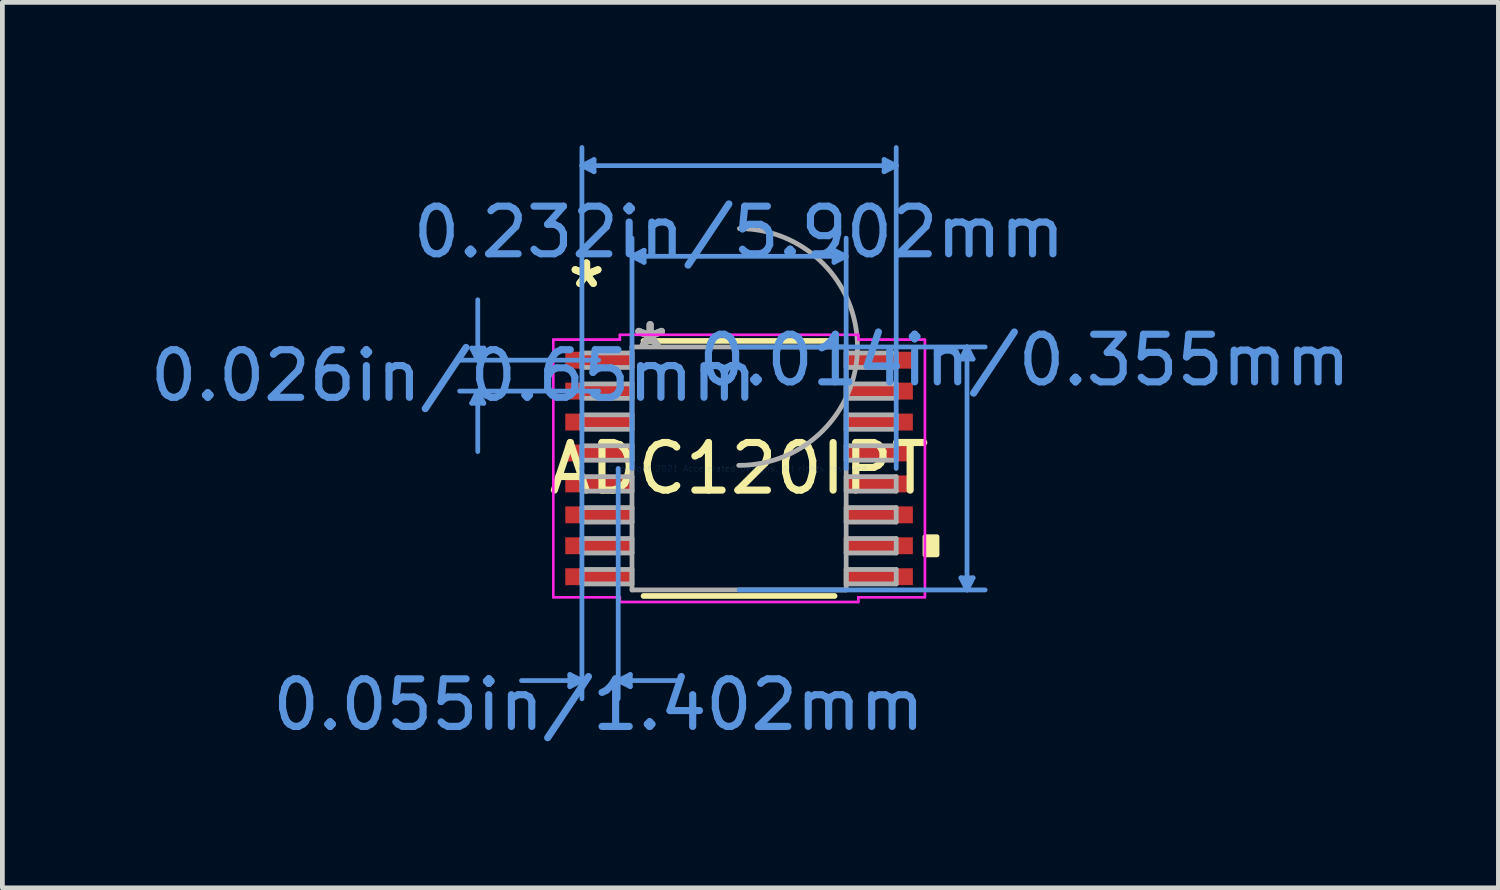
<source format=kicad_pcb>
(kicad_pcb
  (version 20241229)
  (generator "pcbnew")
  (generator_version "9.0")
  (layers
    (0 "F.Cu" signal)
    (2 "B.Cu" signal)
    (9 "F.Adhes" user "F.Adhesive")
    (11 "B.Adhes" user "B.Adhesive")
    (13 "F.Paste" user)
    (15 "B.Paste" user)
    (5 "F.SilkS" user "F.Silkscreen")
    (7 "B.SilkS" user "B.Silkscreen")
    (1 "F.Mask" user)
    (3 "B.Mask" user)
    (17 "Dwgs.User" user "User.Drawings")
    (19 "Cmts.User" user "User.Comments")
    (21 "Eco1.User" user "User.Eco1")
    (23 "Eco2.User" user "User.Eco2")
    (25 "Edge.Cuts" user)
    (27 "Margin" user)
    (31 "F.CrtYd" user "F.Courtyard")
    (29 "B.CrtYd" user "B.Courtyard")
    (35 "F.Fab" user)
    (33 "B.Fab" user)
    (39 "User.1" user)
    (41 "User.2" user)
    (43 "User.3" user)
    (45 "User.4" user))
  (footprint "ADC120IPT"
    (layer "F.Cu")
    (at 12.481 6.794)
    (property "Reference" "ADC120IPT" (at 0 0 0) (layer "F.SilkS") (effects (font (size 1 1) (thickness 0.15))))
    (attr through_hole)
    (fp_line (start -2.007 2.68) (end 2.007 2.68) (stroke (width 0.12) (type solid)) (layer "F.SilkS"))
    (fp_line (start 2.007 -2.68) (end -2.007 -2.68) (stroke (width 0.12) (type solid)) (layer "F.SilkS"))
    (fp_poly (pts (xy 4.16 1.435) (xy 4.16 1.816) (xy 3.906 1.816) (xy 3.906 1.435)) (stroke (width 0.1) (type solid)) (fill yes) (layer "F.SilkS"))
    (fp_line (start -5.618 -2.529) (end -5.364 -2.529) (stroke (width 0.1) (type solid)) (layer "Cmts.User"))
    (fp_line (start -5.618 -1.371) (end -5.364 -1.371) (stroke (width 0.1) (type solid)) (layer "Cmts.User"))
    (fp_line (start -5.491 -2.275) (end -5.618 -2.529) (stroke (width 0.1) (type solid)) (layer "Cmts.User"))
    (fp_line (start -5.491 -2.275) (end -5.491 -3.545) (stroke (width 0.1) (type solid)) (layer "Cmts.User"))
    (fp_line (start -5.491 -2.275) (end -5.364 -2.529) (stroke (width 0.1) (type solid)) (layer "Cmts.User"))
    (fp_line (start -5.491 -1.625) (end -5.618 -1.371) (stroke (width 0.1) (type solid)) (layer "Cmts.User"))
    (fp_line (start -5.491 -1.625) (end -5.491 -0.355) (stroke (width 0.1) (type solid)) (layer "Cmts.User"))
    (fp_line (start -5.491 -1.625) (end -5.364 -1.371) (stroke (width 0.1) (type solid)) (layer "Cmts.User"))
    (fp_line (start -3.556 4.331) (end -3.556 4.585) (stroke (width 0.1) (type solid)) (layer "Cmts.User"))
    (fp_line (start -3.302 -6.363) (end -3.048 -6.49) (stroke (width 0.1) (type solid)) (layer "Cmts.User"))
    (fp_line (start -3.302 -6.363) (end -3.048 -6.236) (stroke (width 0.1) (type solid)) (layer "Cmts.User"))
    (fp_line (start -3.302 -6.363) (end 3.302 -6.363) (stroke (width 0.1) (type solid)) (layer "Cmts.User"))
    (fp_line (start -3.302 0) (end -3.302 -6.744) (stroke (width 0.1) (type solid)) (layer "Cmts.User"))
    (fp_line (start -3.302 0) (end -3.302 4.839) (stroke (width 0.1) (type solid)) (layer "Cmts.User"))
    (fp_line (start -3.302 4.458) (end -4.572 4.458) (stroke (width 0.1) (type solid)) (layer "Cmts.User"))
    (fp_line (start -3.302 4.458) (end -3.556 4.331) (stroke (width 0.1) (type solid)) (layer "Cmts.User"))
    (fp_line (start -3.302 4.458) (end -3.556 4.585) (stroke (width 0.1) (type solid)) (layer "Cmts.User"))
    (fp_line (start -3.048 -6.49) (end -3.048 -6.236) (stroke (width 0.1) (type solid)) (layer "Cmts.User"))
    (fp_line (start -2.951 -2.275) (end -5.872 -2.275) (stroke (width 0.1) (type solid)) (layer "Cmts.User"))
    (fp_line (start -2.951 -1.625) (end -5.872 -1.625) (stroke (width 0.1) (type solid)) (layer "Cmts.User"))
    (fp_line (start -2.54 0) (end -2.54 4.839) (stroke (width 0.1) (type solid)) (layer "Cmts.User"))
    (fp_line (start -2.54 4.458) (end -2.286 4.331) (stroke (width 0.1) (type solid)) (layer "Cmts.User"))
    (fp_line (start -2.54 4.458) (end -2.286 4.585) (stroke (width 0.1) (type solid)) (layer "Cmts.User"))
    (fp_line (start -2.54 4.458) (end -1.27 4.458) (stroke (width 0.1) (type solid)) (layer "Cmts.User"))
    (fp_line (start -2.286 4.331) (end -2.286 4.585) (stroke (width 0.1) (type solid)) (layer "Cmts.User"))
    (fp_line (start -2.25 -4.458) (end -1.996 -4.585) (stroke (width 0.1) (type solid)) (layer "Cmts.User"))
    (fp_line (start -2.25 -4.458) (end -1.996 -4.331) (stroke (width 0.1) (type solid)) (layer "Cmts.User"))
    (fp_line (start -2.25 -4.458) (end 2.25 -4.458) (stroke (width 0.1) (type solid)) (layer "Cmts.User"))
    (fp_line (start -2.25 0) (end -2.25 -4.839) (stroke (width 0.1) (type solid)) (layer "Cmts.User"))
    (fp_line (start -1.996 -4.585) (end -1.996 -4.331) (stroke (width 0.1) (type solid)) (layer "Cmts.User"))
    (fp_line (start 0 -2.553) (end 5.171 -2.553) (stroke (width 0.1) (type solid)) (layer "Cmts.User"))
    (fp_line (start 0 2.553) (end 5.171 2.553) (stroke (width 0.1) (type solid)) (layer "Cmts.User"))
    (fp_line (start 1.996 -4.585) (end 1.996 -4.331) (stroke (width 0.1) (type solid)) (layer "Cmts.User"))
    (fp_line (start 2.25 -4.458) (end 1.996 -4.585) (stroke (width 0.1) (type solid)) (layer "Cmts.User"))
    (fp_line (start 2.25 -4.458) (end 1.996 -4.331) (stroke (width 0.1) (type solid)) (layer "Cmts.User"))
    (fp_line (start 2.25 0) (end 2.25 -4.839) (stroke (width 0.1) (type solid)) (layer "Cmts.User"))
    (fp_line (start 3.048 -6.49) (end 3.048 -6.236) (stroke (width 0.1) (type solid)) (layer "Cmts.User"))
    (fp_line (start 3.302 -6.363) (end 3.048 -6.49) (stroke (width 0.1) (type solid)) (layer "Cmts.User"))
    (fp_line (start 3.302 -6.363) (end 3.048 -6.236) (stroke (width 0.1) (type solid)) (layer "Cmts.User"))
    (fp_line (start 3.302 0) (end 3.302 -6.744) (stroke (width 0.1) (type solid)) (layer "Cmts.User"))
    (fp_line (start 4.663 -2.299) (end 4.917 -2.299) (stroke (width 0.1) (type solid)) (layer "Cmts.User"))
    (fp_line (start 4.663 2.299) (end 4.917 2.299) (stroke (width 0.1) (type solid)) (layer "Cmts.User"))
    (fp_line (start 4.79 -2.553) (end 4.663 -2.299) (stroke (width 0.1) (type solid)) (layer "Cmts.User"))
    (fp_line (start 4.79 -2.553) (end 4.79 2.553) (stroke (width 0.1) (type solid)) (layer "Cmts.User"))
    (fp_line (start 4.79 -2.553) (end 4.917 -2.299) (stroke (width 0.1) (type solid)) (layer "Cmts.User"))
    (fp_line (start 4.79 2.553) (end 4.663 2.299) (stroke (width 0.1) (type solid)) (layer "Cmts.User"))
    (fp_line (start 4.79 2.553) (end 4.917 2.299) (stroke (width 0.1) (type solid)) (layer "Cmts.User"))
    (fp_line (start -3.906 -2.706) (end -2.504 -2.706) (stroke (width 0.05) (type solid)) (layer "F.CrtYd"))
    (fp_line (start -3.906 -2.706) (end -2.504 -2.706) (stroke (width 0.05) (type solid)) (layer "F.CrtYd"))
    (fp_line (start -3.906 2.706) (end -3.906 -2.706) (stroke (width 0.05) (type solid)) (layer "F.CrtYd"))
    (fp_line (start -3.906 2.706) (end -3.906 -2.706) (stroke (width 0.05) (type solid)) (layer "F.CrtYd"))
    (fp_line (start -3.906 2.706) (end -2.504 2.706) (stroke (width 0.05) (type solid)) (layer "F.CrtYd"))
    (fp_line (start -2.504 -2.807) (end 2.504 -2.807) (stroke (width 0.05) (type solid)) (layer "F.CrtYd"))
    (fp_line (start -2.504 -2.807) (end 2.504 -2.807) (stroke (width 0.05) (type solid)) (layer "F.CrtYd"))
    (fp_line (start -2.504 -2.706) (end -2.504 -2.807) (stroke (width 0.05) (type solid)) (layer "F.CrtYd"))
    (fp_line (start -2.504 -2.706) (end -2.504 -2.807) (stroke (width 0.05) (type solid)) (layer "F.CrtYd"))
    (fp_line (start -2.504 2.706) (end -3.906 2.706) (stroke (width 0.05) (type solid)) (layer "F.CrtYd"))
    (fp_line (start -2.504 2.807) (end -2.504 2.706) (stroke (width 0.05) (type solid)) (layer "F.CrtYd"))
    (fp_line (start -2.504 2.807) (end -2.504 2.706) (stroke (width 0.05) (type solid)) (layer "F.CrtYd"))
    (fp_line (start 2.504 -2.807) (end 2.504 -2.706) (stroke (width 0.05) (type solid)) (layer "F.CrtYd"))
    (fp_line (start 2.504 -2.807) (end 2.504 -2.706) (stroke (width 0.05) (type solid)) (layer "F.CrtYd"))
    (fp_line (start 2.504 -2.706) (end 3.906 -2.706) (stroke (width 0.05) (type solid)) (layer "F.CrtYd"))
    (fp_line (start 2.504 2.706) (end 2.504 2.807) (stroke (width 0.05) (type solid)) (layer "F.CrtYd"))
    (fp_line (start 2.504 2.706) (end 2.504 2.807) (stroke (width 0.05) (type solid)) (layer "F.CrtYd"))
    (fp_line (start 2.504 2.807) (end -2.504 2.807) (stroke (width 0.05) (type solid)) (layer "F.CrtYd"))
    (fp_line (start 2.504 2.807) (end -2.504 2.807) (stroke (width 0.05) (type solid)) (layer "F.CrtYd"))
    (fp_line (start 3.906 -2.706) (end 2.504 -2.706) (stroke (width 0.05) (type solid)) (layer "F.CrtYd"))
    (fp_line (start 3.906 -2.706) (end 3.906 2.706) (stroke (width 0.05) (type solid)) (layer "F.CrtYd"))
    (fp_line (start 3.906 -2.706) (end 3.906 2.706) (stroke (width 0.05) (type solid)) (layer "F.CrtYd"))
    (fp_line (start 3.906 2.706) (end 2.504 2.706) (stroke (width 0.05) (type solid)) (layer "F.CrtYd"))
    (fp_line (start 3.906 2.706) (end 2.504 2.706) (stroke (width 0.05) (type solid)) (layer "F.CrtYd"))
    (fp_line (start -3.302 -2.427) (end -3.302 -2.123) (stroke (width 0.1) (type solid)) (layer "F.Fab"))
    (fp_line (start -3.302 -2.123) (end -2.25 -2.123) (stroke (width 0.1) (type solid)) (layer "F.Fab"))
    (fp_line (start -3.302 -1.777) (end -3.302 -1.473) (stroke (width 0.1) (type solid)) (layer "F.Fab"))
    (fp_line (start -3.302 -1.473) (end -2.25 -1.473) (stroke (width 0.1) (type solid)) (layer "F.Fab"))
    (fp_line (start -3.302 -1.127) (end -3.302 -0.823) (stroke (width 0.1) (type solid)) (layer "F.Fab"))
    (fp_line (start -3.302 -0.823) (end -2.25 -0.823) (stroke (width 0.1) (type solid)) (layer "F.Fab"))
    (fp_line (start -3.302 -0.477) (end -3.302 -0.173) (stroke (width 0.1) (type solid)) (layer "F.Fab"))
    (fp_line (start -3.302 -0.173) (end -2.25 -0.173) (stroke (width 0.1) (type solid)) (layer "F.Fab"))
    (fp_line (start -3.302 0.173) (end -3.302 0.477) (stroke (width 0.1) (type solid)) (layer "F.Fab"))
    (fp_line (start -3.302 0.477) (end -2.25 0.477) (stroke (width 0.1) (type solid)) (layer "F.Fab"))
    (fp_line (start -3.302 0.823) (end -3.302 1.127) (stroke (width 0.1) (type solid)) (layer "F.Fab"))
    (fp_line (start -3.302 1.127) (end -2.25 1.127) (stroke (width 0.1) (type solid)) (layer "F.Fab"))
    (fp_line (start -3.302 1.473) (end -3.302 1.777) (stroke (width 0.1) (type solid)) (layer "F.Fab"))
    (fp_line (start -3.302 1.777) (end -2.25 1.777) (stroke (width 0.1) (type solid)) (layer "F.Fab"))
    (fp_line (start -3.302 2.123) (end -3.302 2.427) (stroke (width 0.1) (type solid)) (layer "F.Fab"))
    (fp_line (start -3.302 2.427) (end -2.25 2.427) (stroke (width 0.1) (type solid)) (layer "F.Fab"))
    (fp_line (start -2.25 -2.553) (end -2.25 2.553) (stroke (width 0.1) (type solid)) (layer "F.Fab"))
    (fp_line (start -2.25 -2.427) (end -3.302 -2.427) (stroke (width 0.1) (type solid)) (layer "F.Fab"))
    (fp_line (start -2.25 -2.123) (end -2.25 -2.427) (stroke (width 0.1) (type solid)) (layer "F.Fab"))
    (fp_line (start -2.25 -1.777) (end -3.302 -1.777) (stroke (width 0.1) (type solid)) (layer "F.Fab"))
    (fp_line (start -2.25 -1.473) (end -2.25 -1.777) (stroke (width 0.1) (type solid)) (layer "F.Fab"))
    (fp_line (start -2.25 -1.127) (end -3.302 -1.127) (stroke (width 0.1) (type solid)) (layer "F.Fab"))
    (fp_line (start -2.25 -0.823) (end -2.25 -1.127) (stroke (width 0.1) (type solid)) (layer "F.Fab"))
    (fp_line (start -2.25 -0.477) (end -3.302 -0.477) (stroke (width 0.1) (type solid)) (layer "F.Fab"))
    (fp_line (start -2.25 -0.173) (end -2.25 -0.477) (stroke (width 0.1) (type solid)) (layer "F.Fab"))
    (fp_line (start -2.25 0.173) (end -3.302 0.173) (stroke (width 0.1) (type solid)) (layer "F.Fab"))
    (fp_line (start -2.25 0.477) (end -2.25 0.173) (stroke (width 0.1) (type solid)) (layer "F.Fab"))
    (fp_line (start -2.25 0.823) (end -3.302 0.823) (stroke (width 0.1) (type solid)) (layer "F.Fab"))
    (fp_line (start -2.25 1.127) (end -2.25 0.823) (stroke (width 0.1) (type solid)) (layer "F.Fab"))
    (fp_line (start -2.25 1.473) (end -3.302 1.473) (stroke (width 0.1) (type solid)) (layer "F.Fab"))
    (fp_line (start -2.25 1.777) (end -2.25 1.473) (stroke (width 0.1) (type solid)) (layer "F.Fab"))
    (fp_line (start -2.25 2.123) (end -3.302 2.123) (stroke (width 0.1) (type solid)) (layer "F.Fab"))
    (fp_line (start -2.25 2.427) (end -2.25 2.123) (stroke (width 0.1) (type solid)) (layer "F.Fab"))
    (fp_line (start -2.25 2.553) (end 2.25 2.553) (stroke (width 0.1) (type solid)) (layer "F.Fab"))
    (fp_line (start 2.25 -2.553) (end -2.25 -2.553) (stroke (width 0.1) (type solid)) (layer "F.Fab"))
    (fp_line (start 2.25 -2.427) (end 2.25 -2.123) (stroke (width 0.1) (type solid)) (layer "F.Fab"))
    (fp_line (start 2.25 -2.123) (end 3.302 -2.123) (stroke (width 0.1) (type solid)) (layer "F.Fab"))
    (fp_line (start 2.25 -1.777) (end 2.25 -1.473) (stroke (width 0.1) (type solid)) (layer "F.Fab"))
    (fp_line (start 2.25 -1.473) (end 3.302 -1.473) (stroke (width 0.1) (type solid)) (layer "F.Fab"))
    (fp_line (start 2.25 -1.127) (end 2.25 -0.823) (stroke (width 0.1) (type solid)) (layer "F.Fab"))
    (fp_line (start 2.25 -0.823) (end 3.302 -0.823) (stroke (width 0.1) (type solid)) (layer "F.Fab"))
    (fp_line (start 2.25 -0.477) (end 2.25 -0.173) (stroke (width 0.1) (type solid)) (layer "F.Fab"))
    (fp_line (start 2.25 -0.173) (end 3.302 -0.173) (stroke (width 0.1) (type solid)) (layer "F.Fab"))
    (fp_line (start 2.25 0.173) (end 2.25 0.477) (stroke (width 0.1) (type solid)) (layer "F.Fab"))
    (fp_line (start 2.25 0.477) (end 3.302 0.477) (stroke (width 0.1) (type solid)) (layer "F.Fab"))
    (fp_line (start 2.25 0.823) (end 2.25 1.127) (stroke (width 0.1) (type solid)) (layer "F.Fab"))
    (fp_line (start 2.25 1.127) (end 3.302 1.127) (stroke (width 0.1) (type solid)) (layer "F.Fab"))
    (fp_line (start 2.25 1.473) (end 2.25 1.777) (stroke (width 0.1) (type solid)) (layer "F.Fab"))
    (fp_line (start 2.25 1.777) (end 3.302 1.777) (stroke (width 0.1) (type solid)) (layer "F.Fab"))
    (fp_line (start 2.25 2.123) (end 2.25 2.427) (stroke (width 0.1) (type solid)) (layer "F.Fab"))
    (fp_line (start 2.25 2.427) (end 3.302 2.427) (stroke (width 0.1) (type solid)) (layer "F.Fab"))
    (fp_line (start 2.25 2.553) (end 2.25 -2.553) (stroke (width 0.1) (type solid)) (layer "F.Fab"))
    (fp_line (start 3.302 -2.427) (end 2.25 -2.427) (stroke (width 0.1) (type solid)) (layer "F.Fab"))
    (fp_line (start 3.302 -2.123) (end 3.302 -2.427) (stroke (width 0.1) (type solid)) (layer "F.Fab"))
    (fp_line (start 3.302 -1.777) (end 2.25 -1.777) (stroke (width 0.1) (type solid)) (layer "F.Fab"))
    (fp_line (start 3.302 -1.473) (end 3.302 -1.777) (stroke (width 0.1) (type solid)) (layer "F.Fab"))
    (fp_line (start 3.302 -1.127) (end 2.25 -1.127) (stroke (width 0.1) (type solid)) (layer "F.Fab"))
    (fp_line (start 3.302 -0.823) (end 3.302 -1.127) (stroke (width 0.1) (type solid)) (layer "F.Fab"))
    (fp_line (start 3.302 -0.477) (end 2.25 -0.477) (stroke (width 0.1) (type solid)) (layer "F.Fab"))
    (fp_line (start 3.302 -0.173) (end 3.302 -0.477) (stroke (width 0.1) (type solid)) (layer "F.Fab"))
    (fp_line (start 3.302 0.173) (end 2.25 0.173) (stroke (width 0.1) (type solid)) (layer "F.Fab"))
    (fp_line (start 3.302 0.477) (end 3.302 0.173) (stroke (width 0.1) (type solid)) (layer "F.Fab"))
    (fp_line (start 3.302 0.823) (end 2.25 0.823) (stroke (width 0.1) (type solid)) (layer "F.Fab"))
    (fp_line (start 3.302 1.127) (end 3.302 0.823) (stroke (width 0.1) (type solid)) (layer "F.Fab"))
    (fp_line (start 3.302 1.473) (end 2.25 1.473) (stroke (width 0.1) (type solid)) (layer "F.Fab"))
    (fp_line (start 3.302 1.777) (end 3.302 1.473) (stroke (width 0.1) (type solid)) (layer "F.Fab"))
    (fp_line (start 3.302 2.123) (end 2.25 2.123) (stroke (width 0.1) (type solid)) (layer "F.Fab"))
    (fp_line (start 3.302 2.427) (end 3.302 2.123) (stroke (width 0.1) (type solid)) (layer "F.Fab"))
    (fp_arc (start 0.007742 -5.040561) (mid 2.487861 -2.544958) (end -0.007742 -0.064839) (stroke (width 0.1) (type solid)) (layer "F.Fab"))
    (fp_text user "*" (at -3.205 -3.773 0) (layer "F.SilkS") (effects (font (size 1 1) (thickness 0.15))))
    (fp_text user "*" (at -3.205 -3.773 0) (layer "F.SilkS") (effects (font (size 1 1) (thickness 0.15))))
    (fp_text user "0.232in/5.902mm" (at 0 -4.966 0) (layer "Cmts.User") (effects (font (size 1 1) (thickness 0.15))))
    (fp_text user "Copyright 2021 Accelerated Designs. All rights reserved." (at 0 0 0) (layer "Cmts.User") (effects (font (size 0.127 0.127) (thickness 0.002))))
    (fp_text user "0.026in/0.65mm" (at -5.999 -1.95 0) (layer "Cmts.User") (effects (font (size 1 1) (thickness 0.15))))
    (fp_text user "0.055in/1.402mm" (at -2.951 4.966 0) (layer "Cmts.User") (effects (font (size 1 1) (thickness 0.15))))
    (fp_text user "0.014in/0.355mm" (at 5.999 -2.275 0) (layer "Cmts.User") (effects (font (size 1 1) (thickness 0.15))))
    (fp_text user "*" (at -1.869 -2.477 0) (layer "F.Fab") (effects (font (size 1 1) (thickness 0.15))))
    (fp_text user "*" (at -1.869 -2.477 0) (layer "F.Fab") (effects (font (size 1 1) (thickness 0.15))))
    (pad "1" smd rect (at -2.951 -2.275) (size 1.402 0.355) (layers "F.Cu" "F.Mask" "F.Paste"))
    (pad "2" smd rect (at -2.951 -1.625) (size 1.402 0.355) (layers "F.Cu" "F.Mask" "F.Paste"))
    (pad "3" smd rect (at -2.951 -0.975) (size 1.402 0.355) (layers "F.Cu" "F.Mask" "F.Paste"))
    (pad "4" smd rect (at -2.951 -0.325) (size 1.402 0.355) (layers "F.Cu" "F.Mask" "F.Paste"))
    (pad "5" smd rect (at -2.951 0.325) (size 1.402 0.355) (layers "F.Cu" "F.Mask" "F.Paste"))
    (pad "6" smd rect (at -2.951 0.975) (size 1.402 0.355) (layers "F.Cu" "F.Mask" "F.Paste"))
    (pad "7" smd rect (at -2.951 1.625) (size 1.402 0.355) (layers "F.Cu" "F.Mask" "F.Paste"))
    (pad "8" smd rect (at -2.951 2.275) (size 1.402 0.355) (layers "F.Cu" "F.Mask" "F.Paste"))
    (pad "9" smd rect (at 2.951 2.275) (size 1.402 0.355) (layers "F.Cu" "F.Mask" "F.Paste"))
    (pad "10" smd rect (at 2.951 1.625) (size 1.402 0.355) (layers "F.Cu" "F.Mask" "F.Paste"))
    (pad "11" smd rect (at 2.951 0.975) (size 1.402 0.355) (layers "F.Cu" "F.Mask" "F.Paste"))
    (pad "12" smd rect (at 2.951 0.325) (size 1.402 0.355) (layers "F.Cu" "F.Mask" "F.Paste"))
    (pad "13" smd rect (at 2.951 -0.325) (size 1.402 0.355) (layers "F.Cu" "F.Mask" "F.Paste"))
    (pad "14" smd rect (at 2.951 -0.975) (size 1.402 0.355) (layers "F.Cu" "F.Mask" "F.Paste"))
    (pad "15" smd rect (at 2.951 -1.625) (size 1.402 0.355) (layers "F.Cu" "F.Mask" "F.Paste"))
    (pad "16" smd rect (at 2.951 -2.275) (size 1.402 0.355) (layers "F.Cu" "F.Mask" "F.Paste")))
  (gr_rect
    (start -3 -3)
    (end 28.438 15.608)
    (stroke (width 0.1) (type default))
    (fill no)
    (layer "Edge.Cuts")))
</source>
